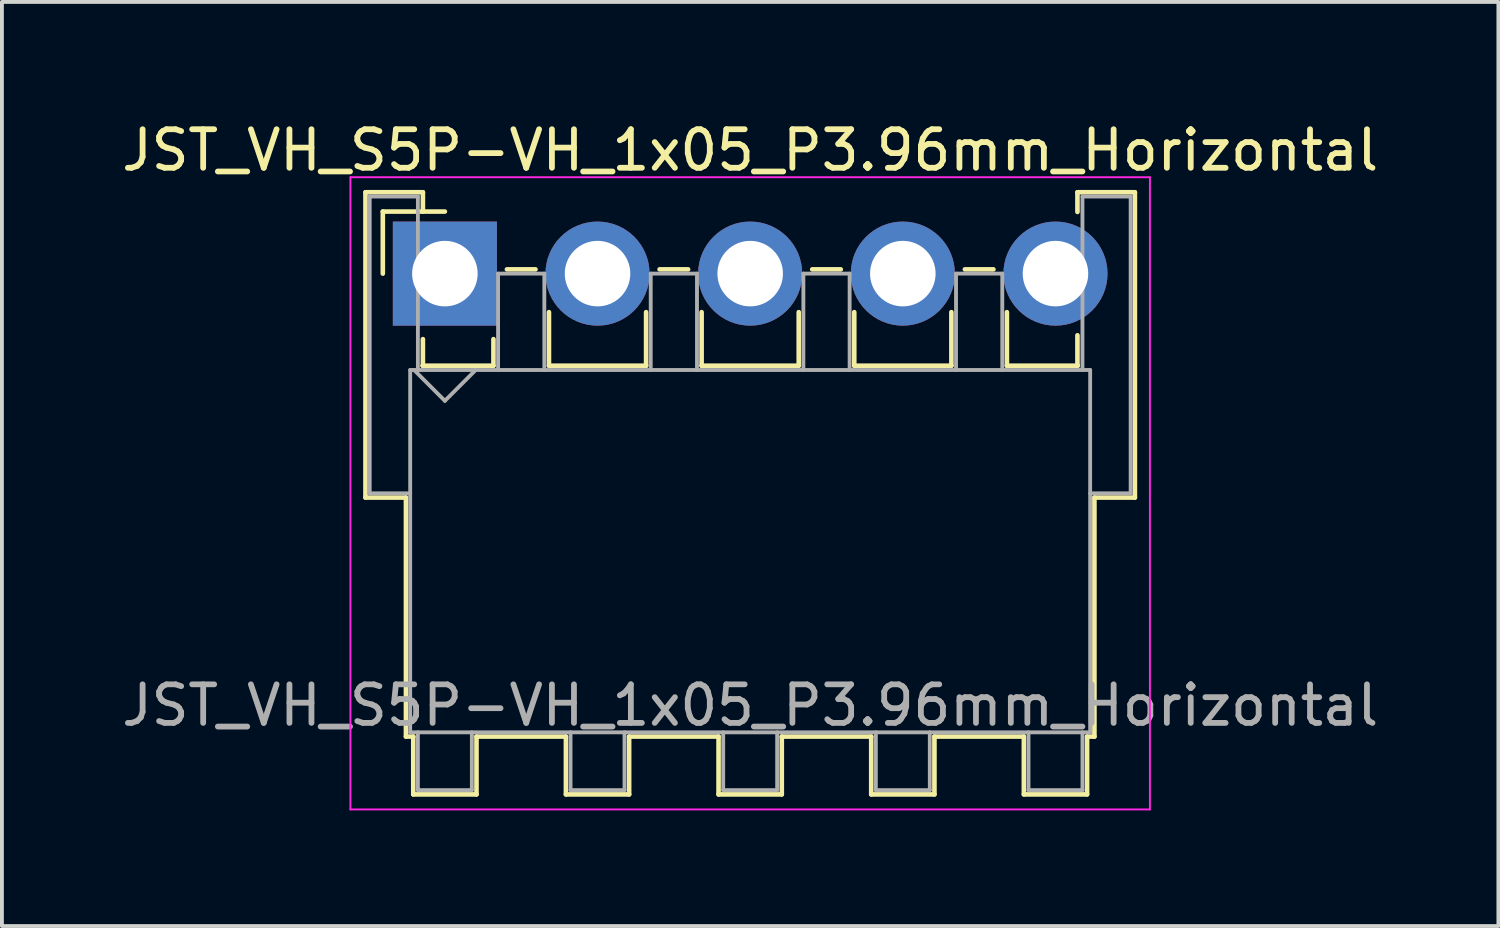
<source format=kicad_pcb>
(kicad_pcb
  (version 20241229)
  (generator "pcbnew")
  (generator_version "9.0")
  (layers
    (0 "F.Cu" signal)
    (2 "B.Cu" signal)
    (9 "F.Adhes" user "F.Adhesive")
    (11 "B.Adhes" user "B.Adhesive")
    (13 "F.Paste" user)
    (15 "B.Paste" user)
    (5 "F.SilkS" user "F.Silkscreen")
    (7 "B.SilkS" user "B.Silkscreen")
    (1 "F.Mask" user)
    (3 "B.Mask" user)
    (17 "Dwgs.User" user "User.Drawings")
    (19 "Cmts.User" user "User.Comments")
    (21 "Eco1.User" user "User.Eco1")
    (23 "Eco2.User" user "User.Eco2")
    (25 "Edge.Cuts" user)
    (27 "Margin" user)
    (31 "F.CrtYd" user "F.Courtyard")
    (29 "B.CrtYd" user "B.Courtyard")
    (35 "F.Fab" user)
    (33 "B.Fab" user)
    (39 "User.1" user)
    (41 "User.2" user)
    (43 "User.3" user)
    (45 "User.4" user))
  (footprint "JST_VH_S5P-VH_1x05_P3.96mm_Horizontal"
    (layer "F.Cu")
    (at 8.491 4.048)
    (property "Reference" "JST_VH_S5P-VH_1x05_P3.96mm_Horizontal" (at 7.92 -3.2 0) (layer "F.SilkS") (effects (font (size 1 1) (thickness 0.15))))
    (attr through_hole)
    (fp_line (start -2.06 -2.11) (end -0.57 -2.11) (stroke (width 0.12) (type solid)) (layer "F.SilkS"))
    (fp_line (start -2.06 5.81) (end -2.06 -2.11) (stroke (width 0.12) (type solid)) (layer "F.SilkS"))
    (fp_line (start -1.61 -1.61) (end -1.61 0) (stroke (width 0.12) (type solid)) (layer "F.SilkS"))
    (fp_line (start -1.01 5.81) (end -2.06 5.81) (stroke (width 0.12) (type solid)) (layer "F.SilkS"))
    (fp_line (start -1.01 5.81) (end -1.01 12.01) (stroke (width 0.12) (type solid)) (layer "F.SilkS"))
    (fp_line (start -1.01 12.01) (end -0.82 12.01) (stroke (width 0.12) (type solid)) (layer "F.SilkS"))
    (fp_line (start -0.82 12.01) (end -0.82 13.51) (stroke (width 0.12) (type solid)) (layer "F.SilkS"))
    (fp_line (start -0.82 13.51) (end 0.82 13.51) (stroke (width 0.12) (type solid)) (layer "F.SilkS"))
    (fp_line (start -0.58 2.39) (end 1.26 2.39) (stroke (width 0.12) (type solid)) (layer "F.SilkS"))
    (fp_line (start -0.57 -2.11) (end -0.57 -1.61) (stroke (width 0.12) (type solid)) (layer "F.SilkS"))
    (fp_line (start -0.57 1.7) (end -0.57 2.39) (stroke (width 0.12) (type solid)) (layer "F.SilkS"))
    (fp_line (start 0 -1.61) (end -1.61 -1.61) (stroke (width 0.12) (type solid)) (layer "F.SilkS"))
    (fp_line (start 0.82 12.01) (end 3.14 12.01) (stroke (width 0.12) (type solid)) (layer "F.SilkS"))
    (fp_line (start 0.82 13.51) (end 0.82 12.01) (stroke (width 0.12) (type solid)) (layer "F.SilkS"))
    (fp_line (start 1.26 2.39) (end 1.26 1.7) (stroke (width 0.12) (type solid)) (layer "F.SilkS"))
    (fp_line (start 1.61 -0.11) (end 2.35 -0.11) (stroke (width 0.12) (type solid)) (layer "F.SilkS"))
    (fp_line (start 2.7 1) (end 2.7 2.39) (stroke (width 0.12) (type solid)) (layer "F.SilkS"))
    (fp_line (start 2.7 2.39) (end 5.22 2.39) (stroke (width 0.12) (type solid)) (layer "F.SilkS"))
    (fp_line (start 3.14 12.01) (end 3.14 13.51) (stroke (width 0.12) (type solid)) (layer "F.SilkS"))
    (fp_line (start 3.14 13.51) (end 4.78 13.51) (stroke (width 0.12) (type solid)) (layer "F.SilkS"))
    (fp_line (start 4.78 12.01) (end 7.1 12.01) (stroke (width 0.12) (type solid)) (layer "F.SilkS"))
    (fp_line (start 4.78 13.51) (end 4.78 12.01) (stroke (width 0.12) (type solid)) (layer "F.SilkS"))
    (fp_line (start 5.22 2.39) (end 5.22 1) (stroke (width 0.12) (type solid)) (layer "F.SilkS"))
    (fp_line (start 5.57 -0.11) (end 6.31 -0.11) (stroke (width 0.12) (type solid)) (layer "F.SilkS"))
    (fp_line (start 6.66 1) (end 6.66 2.39) (stroke (width 0.12) (type solid)) (layer "F.SilkS"))
    (fp_line (start 6.66 2.39) (end 9.18 2.39) (stroke (width 0.12) (type solid)) (layer "F.SilkS"))
    (fp_line (start 7.1 12.01) (end 7.1 13.51) (stroke (width 0.12) (type solid)) (layer "F.SilkS"))
    (fp_line (start 7.1 13.51) (end 8.74 13.51) (stroke (width 0.12) (type solid)) (layer "F.SilkS"))
    (fp_line (start 8.74 12.01) (end 11.06 12.01) (stroke (width 0.12) (type solid)) (layer "F.SilkS"))
    (fp_line (start 8.74 13.51) (end 8.74 12.01) (stroke (width 0.12) (type solid)) (layer "F.SilkS"))
    (fp_line (start 9.18 2.39) (end 9.18 1) (stroke (width 0.12) (type solid)) (layer "F.SilkS"))
    (fp_line (start 9.53 -0.11) (end 10.27 -0.11) (stroke (width 0.12) (type solid)) (layer "F.SilkS"))
    (fp_line (start 10.62 1) (end 10.62 2.39) (stroke (width 0.12) (type solid)) (layer "F.SilkS"))
    (fp_line (start 10.62 2.39) (end 13.14 2.39) (stroke (width 0.12) (type solid)) (layer "F.SilkS"))
    (fp_line (start 11.06 12.01) (end 11.06 13.51) (stroke (width 0.12) (type solid)) (layer "F.SilkS"))
    (fp_line (start 11.06 13.51) (end 12.7 13.51) (stroke (width 0.12) (type solid)) (layer "F.SilkS"))
    (fp_line (start 12.7 12.01) (end 15.02 12.01) (stroke (width 0.12) (type solid)) (layer "F.SilkS"))
    (fp_line (start 12.7 13.51) (end 12.7 12.01) (stroke (width 0.12) (type solid)) (layer "F.SilkS"))
    (fp_line (start 13.14 2.39) (end 13.14 1) (stroke (width 0.12) (type solid)) (layer "F.SilkS"))
    (fp_line (start 13.49 -0.11) (end 14.23 -0.11) (stroke (width 0.12) (type solid)) (layer "F.SilkS"))
    (fp_line (start 14.58 1) (end 14.58 2.39) (stroke (width 0.12) (type solid)) (layer "F.SilkS"))
    (fp_line (start 14.58 2.39) (end 16.42 2.39) (stroke (width 0.12) (type solid)) (layer "F.SilkS"))
    (fp_line (start 15.02 12.01) (end 15.02 13.51) (stroke (width 0.12) (type solid)) (layer "F.SilkS"))
    (fp_line (start 15.02 13.51) (end 16.66 13.51) (stroke (width 0.12) (type solid)) (layer "F.SilkS"))
    (fp_line (start 16.41 -2.11) (end 17.9 -2.11) (stroke (width 0.12) (type solid)) (layer "F.SilkS"))
    (fp_line (start 16.41 -1.6) (end 16.41 -2.11) (stroke (width 0.12) (type solid)) (layer "F.SilkS"))
    (fp_line (start 16.41 2.39) (end 16.41 1.6) (stroke (width 0.12) (type solid)) (layer "F.SilkS"))
    (fp_line (start 16.66 12.01) (end 16.85 12.01) (stroke (width 0.12) (type solid)) (layer "F.SilkS"))
    (fp_line (start 16.66 13.51) (end 16.66 12.01) (stroke (width 0.12) (type solid)) (layer "F.SilkS"))
    (fp_line (start 16.85 12.01) (end 16.85 5.81) (stroke (width 0.12) (type solid)) (layer "F.SilkS"))
    (fp_line (start 17.9 -2.11) (end 17.9 5.81) (stroke (width 0.12) (type solid)) (layer "F.SilkS"))
    (fp_line (start 17.9 5.81) (end 16.85 5.81) (stroke (width 0.12) (type solid)) (layer "F.SilkS"))
    (fp_line (start -2.45 -2.5) (end -2.45 13.9) (stroke (width 0.05) (type solid)) (layer "F.CrtYd"))
    (fp_line (start -2.45 13.9) (end 18.29 13.9) (stroke (width 0.05) (type solid)) (layer "F.CrtYd"))
    (fp_line (start 18.29 -2.5) (end -2.45 -2.5) (stroke (width 0.05) (type solid)) (layer "F.CrtYd"))
    (fp_line (start 18.29 13.9) (end 18.29 -2.5) (stroke (width 0.05) (type solid)) (layer "F.CrtYd"))
    (fp_line (start -1.95 -2) (end -0.7 -2) (stroke (width 0.1) (type solid)) (layer "F.Fab"))
    (fp_line (start -1.95 5.7) (end -1.95 -2) (stroke (width 0.1) (type solid)) (layer "F.Fab"))
    (fp_line (start -0.9 2.5) (end -0.9 11.9) (stroke (width 0.1) (type solid)) (layer "F.Fab"))
    (fp_line (start -0.9 5.7) (end -1.95 5.7) (stroke (width 0.1) (type solid)) (layer "F.Fab"))
    (fp_line (start -0.9 11.9) (end 16.74 11.9) (stroke (width 0.1) (type solid)) (layer "F.Fab"))
    (fp_line (start -0.8 2.5) (end 0 3.3) (stroke (width 0.1) (type solid)) (layer "F.Fab"))
    (fp_line (start -0.7 -2) (end -0.7 2.5) (stroke (width 0.1) (type solid)) (layer "F.Fab"))
    (fp_line (start -0.7 11.9) (end -0.7 13.4) (stroke (width 0.1) (type solid)) (layer "F.Fab"))
    (fp_line (start -0.7 13.4) (end 0.7 13.4) (stroke (width 0.1) (type solid)) (layer "F.Fab"))
    (fp_line (start 0 3.3) (end 0.8 2.5) (stroke (width 0.1) (type solid)) (layer "F.Fab"))
    (fp_line (start 0.7 13.4) (end 0.7 11.9) (stroke (width 0.1) (type solid)) (layer "F.Fab"))
    (fp_line (start 1.38 0) (end 2.58 0) (stroke (width 0.1) (type solid)) (layer "F.Fab"))
    (fp_line (start 1.38 2.5) (end 1.38 0) (stroke (width 0.1) (type solid)) (layer "F.Fab"))
    (fp_line (start 2.58 0) (end 2.58 2.5) (stroke (width 0.1) (type solid)) (layer "F.Fab"))
    (fp_line (start 3.26 11.9) (end 3.26 13.4) (stroke (width 0.1) (type solid)) (layer "F.Fab"))
    (fp_line (start 3.26 13.4) (end 4.66 13.4) (stroke (width 0.1) (type solid)) (layer "F.Fab"))
    (fp_line (start 4.66 13.4) (end 4.66 11.9) (stroke (width 0.1) (type solid)) (layer "F.Fab"))
    (fp_line (start 5.34 0) (end 6.54 0) (stroke (width 0.1) (type solid)) (layer "F.Fab"))
    (fp_line (start 5.34 2.5) (end 5.34 0) (stroke (width 0.1) (type solid)) (layer "F.Fab"))
    (fp_line (start 6.54 0) (end 6.54 2.5) (stroke (width 0.1) (type solid)) (layer "F.Fab"))
    (fp_line (start 7.22 11.9) (end 7.22 13.4) (stroke (width 0.1) (type solid)) (layer "F.Fab"))
    (fp_line (start 7.22 13.4) (end 8.62 13.4) (stroke (width 0.1) (type solid)) (layer "F.Fab"))
    (fp_line (start 8.62 13.4) (end 8.62 11.9) (stroke (width 0.1) (type solid)) (layer "F.Fab"))
    (fp_line (start 9.3 0) (end 10.5 0) (stroke (width 0.1) (type solid)) (layer "F.Fab"))
    (fp_line (start 9.3 2.5) (end 9.3 0) (stroke (width 0.1) (type solid)) (layer "F.Fab"))
    (fp_line (start 10.5 0) (end 10.5 2.5) (stroke (width 0.1) (type solid)) (layer "F.Fab"))
    (fp_line (start 11.18 11.9) (end 11.18 13.4) (stroke (width 0.1) (type solid)) (layer "F.Fab"))
    (fp_line (start 11.18 13.4) (end 12.58 13.4) (stroke (width 0.1) (type solid)) (layer "F.Fab"))
    (fp_line (start 12.58 13.4) (end 12.58 11.9) (stroke (width 0.1) (type solid)) (layer "F.Fab"))
    (fp_line (start 13.26 0) (end 14.46 0) (stroke (width 0.1) (type solid)) (layer "F.Fab"))
    (fp_line (start 13.26 2.5) (end 13.26 0) (stroke (width 0.1) (type solid)) (layer "F.Fab"))
    (fp_line (start 14.46 0) (end 14.46 2.5) (stroke (width 0.1) (type solid)) (layer "F.Fab"))
    (fp_line (start 15.14 11.9) (end 15.14 13.4) (stroke (width 0.1) (type solid)) (layer "F.Fab"))
    (fp_line (start 15.14 13.4) (end 16.54 13.4) (stroke (width 0.1) (type solid)) (layer "F.Fab"))
    (fp_line (start 16.54 -2) (end 17.79 -2) (stroke (width 0.1) (type solid)) (layer "F.Fab"))
    (fp_line (start 16.54 2.5) (end 16.54 -2) (stroke (width 0.1) (type solid)) (layer "F.Fab"))
    (fp_line (start 16.54 13.4) (end 16.54 11.9) (stroke (width 0.1) (type solid)) (layer "F.Fab"))
    (fp_line (start 16.74 2.5) (end -0.9 2.5) (stroke (width 0.1) (type solid)) (layer "F.Fab"))
    (fp_line (start 16.74 11.9) (end 16.74 2.5) (stroke (width 0.1) (type solid)) (layer "F.Fab"))
    (fp_line (start 17.79 -2) (end 17.79 5.7) (stroke (width 0.1) (type solid)) (layer "F.Fab"))
    (fp_line (start 17.79 5.7) (end 16.74 5.7) (stroke (width 0.1) (type solid)) (layer "F.Fab"))
    (fp_text user "${REFERENCE}" (at 7.92 11.2 0) (layer "F.Fab") (effects (font (size 1 1) (thickness 0.15))))
    (pad "1" thru_hole rect (at 0 0) (size 2.7 2.7) (drill 1.7) (layers "*.Cu" "*.Mask"))
    (pad "2" thru_hole circle (at 3.96 0) (size 2.7 2.7) (drill 1.7) (layers "*.Cu" "*.Mask"))
    (pad "3" thru_hole circle (at 7.92 0) (size 2.7 2.7) (drill 1.7) (layers "*.Cu" "*.Mask"))
    (pad "4" thru_hole circle (at 11.88 0) (size 2.7 2.7) (drill 1.7) (layers "*.Cu" "*.Mask"))
    (pad "5" thru_hole circle (at 15.84 0) (size 2.7 2.7) (drill 1.7) (layers "*.Cu" "*.Mask")))
  (gr_rect
    (start -3 -3)
    (end 35.821 20.973)
    (stroke (width 0.1) (type default))
    (fill no)
    (layer "Edge.Cuts")))
</source>
